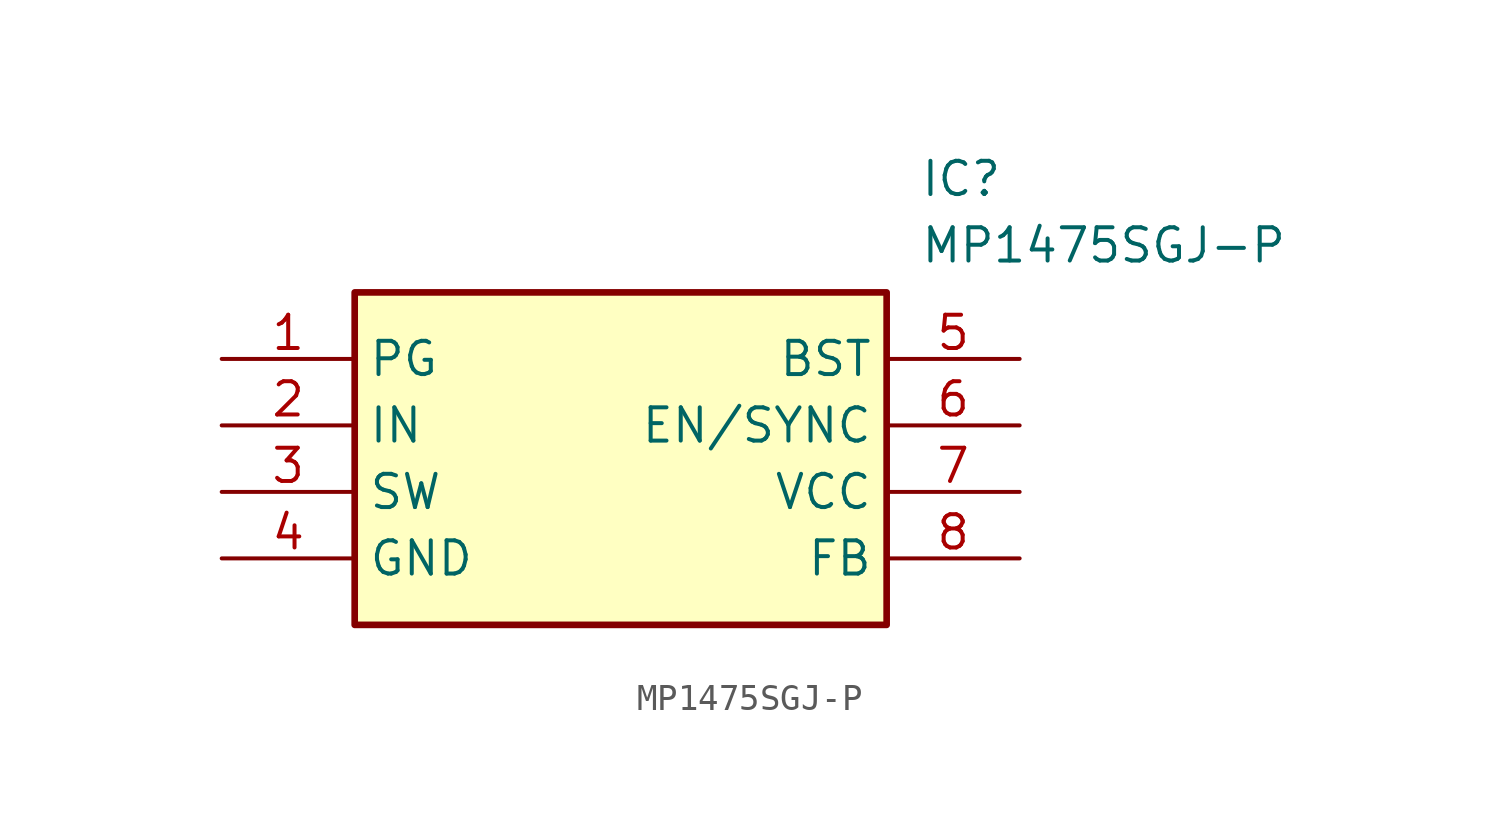
<source format=kicad_sym>
(kicad_symbol_lib
  (version 20211014)
  (generator SamacSys_ECAD_Model)
  (symbol "MP1475SGJ-P"
    (property "Reference" "IC"
      (at 26.67 7.62 0)
      (effects (font (size 1.27 1.27)) (justify left top)))
    (property "Value" "MP1475SGJ-P"
      (at 26.67 5.08 0)
      (effects (font (size 1.27 1.27)) (justify left top)))
    (rectangle
      (start 5.08 2.54)
      (end 25.4 -10.16)
      (stroke (width 0.254) (type default))
      (fill (type background)))
    (pin passive line
      (at 0 0 0)
      (length 5.08)
      (name "PG" (effects (font (size 1.27 1.27))))
      (number "1" (effects (font (size 1.27 1.27)))))
    (pin passive line
      (at 0 -2.54 0)
      (length 5.08)
      (name "IN" (effects (font (size 1.27 1.27))))
      (number "2" (effects (font (size 1.27 1.27)))))
    (pin passive line
      (at 0 -5.08 0)
      (length 5.08)
      (name "SW" (effects (font (size 1.27 1.27))))
      (number "3" (effects (font (size 1.27 1.27)))))
    (pin passive line
      (at 0 -7.62 0)
      (length 5.08)
      (name "GND" (effects (font (size 1.27 1.27))))
      (number "4" (effects (font (size 1.27 1.27)))))
    (pin passive line
      (at 30.48 0 180)
      (length 5.08)
      (name "BST" (effects (font (size 1.27 1.27))))
      (number "5" (effects (font (size 1.27 1.27)))))
    (pin passive line
      (at 30.48 -2.54 180)
      (length 5.08)
      (name "EN/SYNC" (effects (font (size 1.27 1.27))))
      (number "6" (effects (font (size 1.27 1.27)))))
    (pin passive line
      (at 30.48 -5.08 180)
      (length 5.08)
      (name "VCC" (effects (font (size 1.27 1.27))))
      (number "7" (effects (font (size 1.27 1.27)))))
    (pin passive line
      (at 30.48 -7.62 180)
      (length 5.08)
      (name "FB" (effects (font (size 1.27 1.27))))
      (number "8" (effects (font (size 1.27 1.27)))))))
</source>
